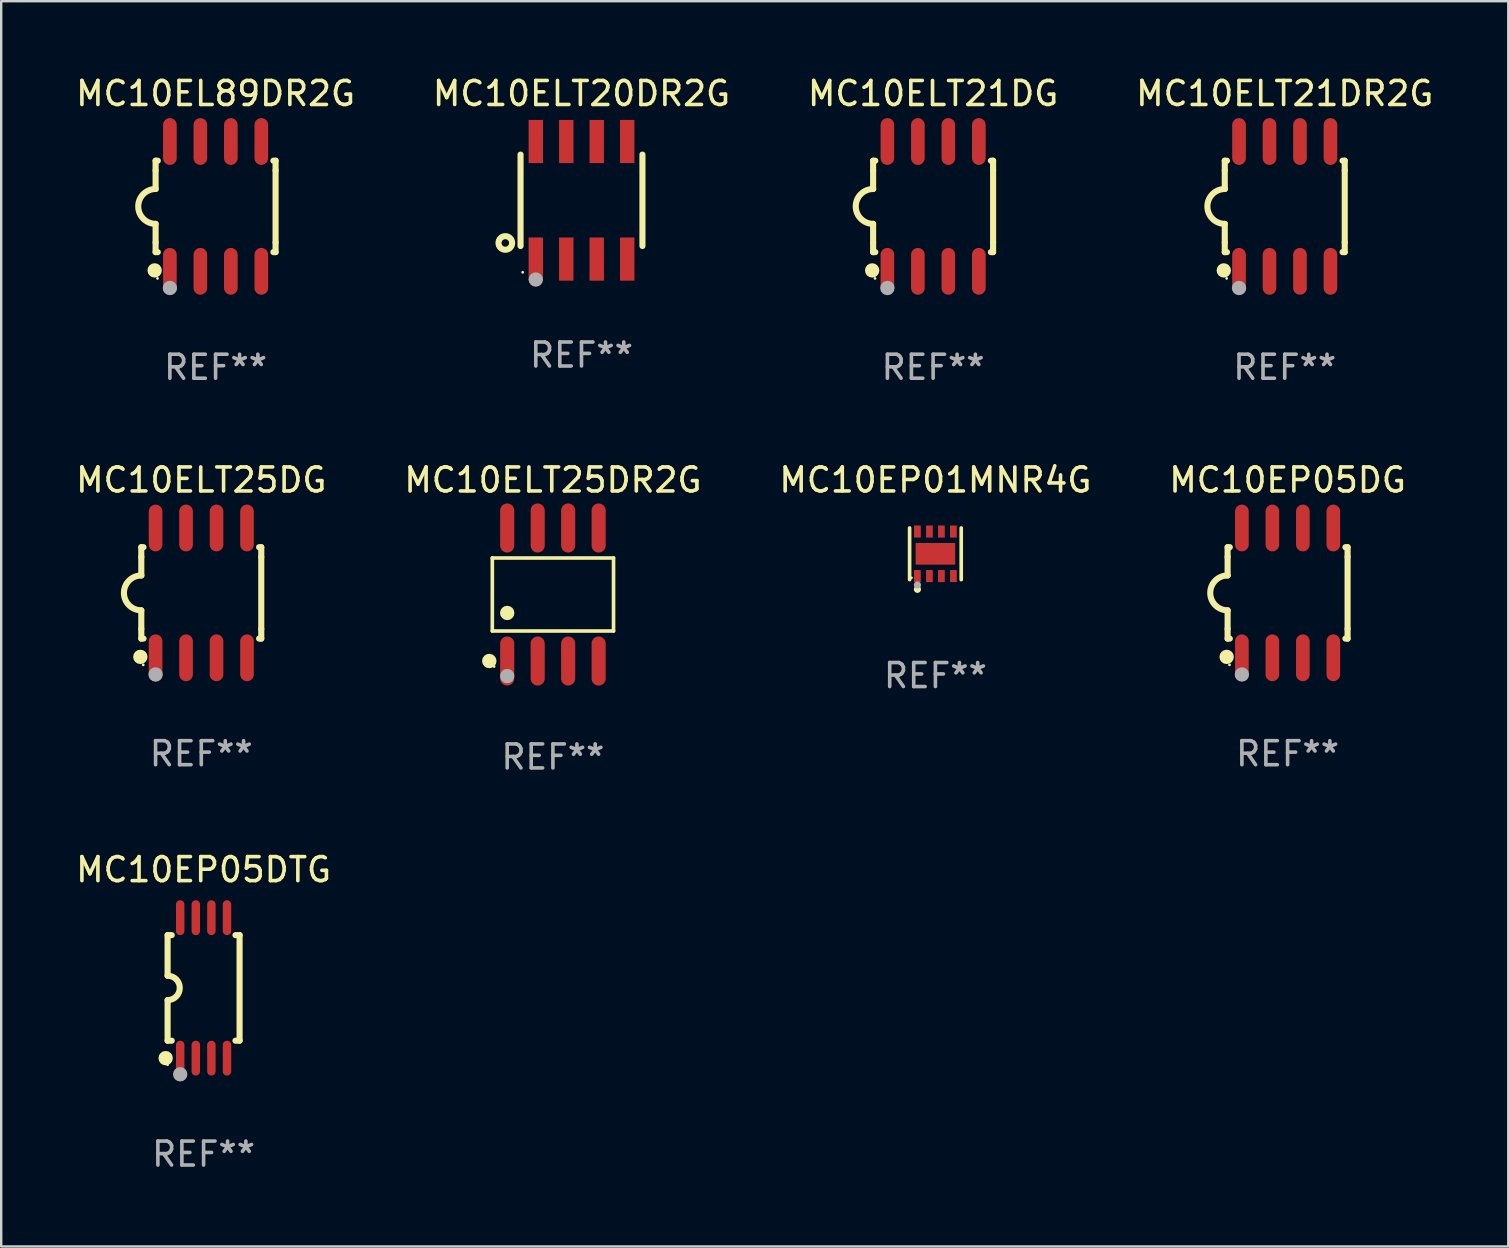
<source format=kicad_pcb>
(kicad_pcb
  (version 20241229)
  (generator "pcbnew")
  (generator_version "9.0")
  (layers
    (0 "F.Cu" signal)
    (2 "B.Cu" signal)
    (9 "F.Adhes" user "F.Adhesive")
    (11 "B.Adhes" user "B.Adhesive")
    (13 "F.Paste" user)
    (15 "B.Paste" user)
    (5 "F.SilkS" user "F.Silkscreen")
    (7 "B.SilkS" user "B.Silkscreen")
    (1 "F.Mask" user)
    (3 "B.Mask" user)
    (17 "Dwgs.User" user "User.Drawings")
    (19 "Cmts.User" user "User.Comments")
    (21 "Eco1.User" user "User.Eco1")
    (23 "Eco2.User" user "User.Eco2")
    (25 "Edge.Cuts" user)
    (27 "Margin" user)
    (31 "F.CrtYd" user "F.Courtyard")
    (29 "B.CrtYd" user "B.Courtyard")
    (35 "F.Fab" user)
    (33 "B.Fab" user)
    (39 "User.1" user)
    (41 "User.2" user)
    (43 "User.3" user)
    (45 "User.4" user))
  (footprint "MC10EP01MNR4G"
    (layer "F.Cu")
    (at 35.935 20.031)
    (property "Reference" "MC10EP01MNR4G" (at 0 -3.076 0) (layer "F.SilkS") (effects (font (size 1 1) (thickness 0.15))))
    (attr through_hole)
    (fp_line (start -1.076 1.076) (end -1.076 -1.076) (stroke (width 0.152) (type solid)) (layer "F.SilkS"))
    (fp_line (start 1.076 1.076) (end 1.076 -1.076) (stroke (width 0.152) (type solid)) (layer "F.SilkS"))
    (fp_circle (center -1 1) (end -0.97 1) (stroke (width 0.06) (type solid)) (fill no) (layer "F.SilkS"))
    (fp_circle (center -0.75 1.48) (end -0.675 1.48) (stroke (width 0.15) (type solid)) (fill no) (layer "F.SilkS"))
    (fp_circle (center -0.75 1.3) (end -0.675 1.3) (stroke (width 0.15) (type solid)) (fill no) (layer "F.Fab"))
    (fp_text user "REF**" (at 0 5.076 0) (layer "F.Fab") (effects (font (size 1 1) (thickness 0.15))))
    (pad "1" smd rect (at -0.75 0.928) (size 0.28 0.505) (layers "F.Cu" "F.Mask" "F.Paste"))
    (pad "2" smd rect (at -0.25 0.928) (size 0.28 0.505) (layers "F.Cu" "F.Mask" "F.Paste"))
    (pad "3" smd rect (at 0.25 0.928) (size 0.28 0.505) (layers "F.Cu" "F.Mask" "F.Paste"))
    (pad "4" smd rect (at 0.75 0.928) (size 0.28 0.505) (layers "F.Cu" "F.Mask" "F.Paste"))
    (pad "5" smd rect (at 0.75 -0.928) (size 0.28 0.505) (layers "F.Cu" "F.Mask" "F.Paste"))
    (pad "6" smd rect (at 0.25 -0.928) (size 0.28 0.505) (layers "F.Cu" "F.Mask" "F.Paste"))
    (pad "7" smd rect (at -0.25 -0.928) (size 0.28 0.505) (layers "F.Cu" "F.Mask" "F.Paste"))
    (pad "8" smd rect (at -0.75 -0.928) (size 0.28 0.505) (layers "F.Cu" "F.Mask" "F.Paste"))
    (pad "9" smd rect (at 0 0) (size 1.65 0.9) (layers "F.Cu" "F.Mask" "F.Paste")))
  (footprint "MC10ELT20DR2G"
    (layer "F.Cu")
    (at 21.185 5.298)
    (property "Reference" "MC10ELT20DR2G" (at 0 -4.45 0) (layer "F.SilkS") (effects (font (size 1 1) (thickness 0.15))))
    (attr through_hole)
    (fp_line (start -2.54 -1.905) (end -2.54 1.905) (stroke (width 0.254) (type solid)) (layer "F.SilkS"))
    (fp_line (start 2.54 -1.905) (end 2.54 1.905) (stroke (width 0.254) (type solid)) (layer "F.SilkS"))
    (fp_circle (center -3.175 1.778) (end -2.891 1.778) (stroke (width 0.254) (type solid)) (fill no) (layer "F.SilkS"))
    (fp_circle (center -2.45 3) (end -2.42 3) (stroke (width 0.06) (type solid)) (fill no) (layer "F.SilkS"))
    (fp_circle (center -1.905 3.302) (end -1.755 3.302) (stroke (width 0.3) (type solid)) (fill no) (layer "F.Fab"))
    (fp_text user "REF**" (at 0 6.45 0) (layer "F.Fab") (effects (font (size 1 1) (thickness 0.15))))
    (pad "1" smd rect (at -1.905 2.45) (size 0.6 1.8) (layers "F.Cu" "F.Mask" "F.Paste"))
    (pad "2" smd rect (at -0.635 2.45) (size 0.6 1.8) (layers "F.Cu" "F.Mask" "F.Paste"))
    (pad "3" smd rect (at 0.635 2.45) (size 0.6 1.8) (layers "F.Cu" "F.Mask" "F.Paste"))
    (pad "4" smd rect (at 1.905 2.45) (size 0.6 1.8) (layers "F.Cu" "F.Mask" "F.Paste"))
    (pad "5" smd rect (at 1.905 -2.45 180) (size 0.6 1.8) (layers "F.Cu" "F.Mask" "F.Paste"))
    (pad "6" smd rect (at 0.635 -2.45 180) (size 0.6 1.8) (layers "F.Cu" "F.Mask" "F.Paste"))
    (pad "7" smd rect (at -0.635 -2.45 180) (size 0.6 1.8) (layers "F.Cu" "F.Mask" "F.Paste"))
    (pad "8" smd rect (at -1.905 -2.45 180) (size 0.6 1.8) (layers "F.Cu" "F.Mask" "F.Paste")))
  (footprint "MC10ELT21DR2G"
    (layer "F.Cu")
    (at 50.494 5.553)
    (property "Reference" "MC10ELT21DR2G" (at 0 -4.705 0) (layer "F.SilkS") (effects (font (size 1 1) (thickness 0.15))))
    (attr through_hole)
    (fp_line (start -2.5 -1.905) (end -2.409 -1.905) (stroke (width 0.254) (type solid)) (layer "F.SilkS"))
    (fp_line (start -2.5 -1.5) (end -2.5 -1.905) (stroke (width 0.254) (type solid)) (layer "F.SilkS"))
    (fp_line (start -2.5 -1.5) (end -2.5 -0.726) (stroke (width 0.254) (type solid)) (layer "F.SilkS"))
    (fp_line (start -2.5 1.5) (end -2.5 0.727) (stroke (width 0.254) (type solid)) (layer "F.SilkS"))
    (fp_line (start -2.5 1.5) (end -2.5 1.905) (stroke (width 0.254) (type solid)) (layer "F.SilkS"))
    (fp_line (start -2.5 1.905) (end -2.409 1.905) (stroke (width 0.254) (type solid)) (layer "F.SilkS"))
    (fp_line (start 2.5 -1.905) (end 2.409 -1.905) (stroke (width 0.254) (type solid)) (layer "F.SilkS"))
    (fp_line (start 2.5 -1.5) (end 2.5 -1.905) (stroke (width 0.254) (type solid)) (layer "F.SilkS"))
    (fp_line (start 2.5 -1.5) (end 2.5 1.5) (stroke (width 0.254) (type solid)) (layer "F.SilkS"))
    (fp_line (start 2.5 1.5) (end 2.5 1.905) (stroke (width 0.254) (type solid)) (layer "F.SilkS"))
    (fp_line (start 2.5 1.905) (end 2.409 1.905) (stroke (width 0.254) (type solid)) (layer "F.SilkS"))
    (fp_arc (start -2.5 0.726568) (mid -3.220316 -0.0023) (end -2.495097 -0.726289) (stroke (width 0.254001) (type solid)) (layer "F.SilkS"))
    (fp_circle (center -2.54 2.667) (end -2.39 2.667) (stroke (width 0.3) (type solid)) (fill no) (layer "F.SilkS"))
    (fp_circle (center -2.42 3) (end -2.39 3) (stroke (width 0.06) (type solid)) (fill no) (layer "F.SilkS"))
    (fp_circle (center -1.905 3.4) (end -1.755 3.4) (stroke (width 0.3) (type solid)) (fill no) (layer "F.Fab"))
    (fp_text user "REF**" (at 0 6.705 0) (layer "F.Fab") (effects (font (size 1 1) (thickness 0.15))))
    (pad "1" smd oval (at -1.905 2.705) (size 0.568 1.95) (layers "F.Cu" "F.Mask" "F.Paste"))
    (pad "2" smd oval (at -0.635 2.705) (size 0.568 1.95) (layers "F.Cu" "F.Mask" "F.Paste"))
    (pad "3" smd oval (at 0.635 2.705) (size 0.568 1.95) (layers "F.Cu" "F.Mask" "F.Paste"))
    (pad "4" smd oval (at 1.905 2.705) (size 0.568 1.95) (layers "F.Cu" "F.Mask" "F.Paste"))
    (pad "5" smd oval (at 1.905 -2.705) (size 0.568 1.95) (layers "F.Cu" "F.Mask" "F.Paste"))
    (pad "6" smd oval (at 0.635 -2.705) (size 0.568 1.95) (layers "F.Cu" "F.Mask" "F.Paste"))
    (pad "7" smd oval (at -0.635 -2.705) (size 0.568 1.95) (layers "F.Cu" "F.Mask" "F.Paste"))
    (pad "8" smd oval (at -1.905 -2.705) (size 0.568 1.95) (layers "F.Cu" "F.Mask" "F.Paste")))
  (footprint "MC10EP05DG"
    (layer "F.Cu")
    (at 50.613 21.66)
    (property "Reference" "MC10EP05DG" (at 0 -4.705 0) (layer "F.SilkS") (effects (font (size 1 1) (thickness 0.15))))
    (attr through_hole)
    (fp_line (start -2.5 -1.905) (end -2.409 -1.905) (stroke (width 0.254) (type solid)) (layer "F.SilkS"))
    (fp_line (start -2.5 -1.5) (end -2.5 -1.905) (stroke (width 0.254) (type solid)) (layer "F.SilkS"))
    (fp_line (start -2.5 -1.5) (end -2.5 -0.726) (stroke (width 0.254) (type solid)) (layer "F.SilkS"))
    (fp_line (start -2.5 1.5) (end -2.5 0.727) (stroke (width 0.254) (type solid)) (layer "F.SilkS"))
    (fp_line (start -2.5 1.5) (end -2.5 1.905) (stroke (width 0.254) (type solid)) (layer "F.SilkS"))
    (fp_line (start -2.5 1.905) (end -2.409 1.905) (stroke (width 0.254) (type solid)) (layer "F.SilkS"))
    (fp_line (start 2.5 -1.905) (end 2.409 -1.905) (stroke (width 0.254) (type solid)) (layer "F.SilkS"))
    (fp_line (start 2.5 -1.5) (end 2.5 -1.905) (stroke (width 0.254) (type solid)) (layer "F.SilkS"))
    (fp_line (start 2.5 -1.5) (end 2.5 1.5) (stroke (width 0.254) (type solid)) (layer "F.SilkS"))
    (fp_line (start 2.5 1.5) (end 2.5 1.905) (stroke (width 0.254) (type solid)) (layer "F.SilkS"))
    (fp_line (start 2.5 1.905) (end 2.409 1.905) (stroke (width 0.254) (type solid)) (layer "F.SilkS"))
    (fp_arc (start -2.5 0.726568) (mid -3.220316 -0.0023) (end -2.495097 -0.726289) (stroke (width 0.254001) (type solid)) (layer "F.SilkS"))
    (fp_circle (center -2.54 2.667) (end -2.39 2.667) (stroke (width 0.3) (type solid)) (fill no) (layer "F.SilkS"))
    (fp_circle (center -2.42 3) (end -2.39 3) (stroke (width 0.06) (type solid)) (fill no) (layer "F.SilkS"))
    (fp_circle (center -1.905 3.4) (end -1.755 3.4) (stroke (width 0.3) (type solid)) (fill no) (layer "F.Fab"))
    (fp_text user "REF**" (at 0 6.705 0) (layer "F.Fab") (effects (font (size 1 1) (thickness 0.15))))
    (pad "1" smd oval (at -1.905 2.705) (size 0.568 1.95) (layers "F.Cu" "F.Mask" "F.Paste"))
    (pad "2" smd oval (at -0.635 2.705) (size 0.568 1.95) (layers "F.Cu" "F.Mask" "F.Paste"))
    (pad "3" smd oval (at 0.635 2.705) (size 0.568 1.95) (layers "F.Cu" "F.Mask" "F.Paste"))
    (pad "4" smd oval (at 1.905 2.705) (size 0.568 1.95) (layers "F.Cu" "F.Mask" "F.Paste"))
    (pad "5" smd oval (at 1.905 -2.705) (size 0.568 1.95) (layers "F.Cu" "F.Mask" "F.Paste"))
    (pad "6" smd oval (at 0.635 -2.705) (size 0.568 1.95) (layers "F.Cu" "F.Mask" "F.Paste"))
    (pad "7" smd oval (at -0.635 -2.705) (size 0.568 1.95) (layers "F.Cu" "F.Mask" "F.Paste"))
    (pad "8" smd oval (at -1.905 -2.705) (size 0.568 1.95) (layers "F.Cu" "F.Mask" "F.Paste")))
  (footprint "MC10EP05DTG"
    (layer "F.Cu")
    (at 5.435 38.123)
    (property "Reference" "MC10EP05DTG" (at 0 -4.927 0) (layer "F.SilkS") (effects (font (size 1 1) (thickness 0.15))))
    (attr through_hole)
    (fp_line (start -1.5 -2.2) (end -1.5 -0.508) (stroke (width 0.254) (type solid)) (layer "F.SilkS"))
    (fp_line (start -1.5 -2.2) (end -1.328 -2.2) (stroke (width 0.254) (type solid)) (layer "F.SilkS"))
    (fp_line (start -1.5 2.2) (end -1.5 0.508) (stroke (width 0.254) (type solid)) (layer "F.SilkS"))
    (fp_line (start -1.5 2.2) (end -1.328 2.2) (stroke (width 0.254) (type solid)) (layer "F.SilkS"))
    (fp_line (start 1.328 -2.2) (end 1.5 -2.2) (stroke (width 0.254) (type solid)) (layer "F.SilkS"))
    (fp_line (start 1.328 2.2) (end 1.5 2.2) (stroke (width 0.254) (type solid)) (layer "F.SilkS"))
    (fp_line (start 1.5 -2.2) (end 1.5 2.2) (stroke (width 0.254) (type solid)) (layer "F.SilkS"))
    (fp_arc (start -1.501144 -0.508) (mid -0.993143 -0.000571) (end -1.5 0.508001) (stroke (width 0.254001) (type solid)) (layer "F.SilkS"))
    (fp_circle (center -1.581 2.927) (end -1.431 2.927) (stroke (width 0.3) (type solid)) (fill no) (layer "F.SilkS"))
    (fp_circle (center -1.5 3.2) (end -1.47 3.2) (stroke (width 0.06) (type solid)) (fill no) (layer "F.SilkS"))
    (fp_circle (center -0.975 3.6) (end -0.825 3.6) (stroke (width 0.3) (type solid)) (fill no) (layer "F.Fab"))
    (fp_text user "REF**" (at 0 6.927 0) (layer "F.Fab") (effects (font (size 1 1) (thickness 0.15))))
    (pad "1" smd oval (at -0.975 2.927) (size 0.353 1.454) (layers "F.Cu" "F.Mask" "F.Paste"))
    (pad "2" smd oval (at -0.325 2.927) (size 0.353 1.454) (layers "F.Cu" "F.Mask" "F.Paste"))
    (pad "3" smd oval (at 0.325 2.927) (size 0.353 1.454) (layers "F.Cu" "F.Mask" "F.Paste"))
    (pad "4" smd oval (at 0.975 2.927) (size 0.353 1.454) (layers "F.Cu" "F.Mask" "F.Paste"))
    (pad "5" smd oval (at 0.975 -2.927) (size 0.353 1.454) (layers "F.Cu" "F.Mask" "F.Paste"))
    (pad "6" smd oval (at 0.325 -2.927) (size 0.353 1.454) (layers "F.Cu" "F.Mask" "F.Paste"))
    (pad "7" smd oval (at -0.325 -2.927) (size 0.353 1.454) (layers "F.Cu" "F.Mask" "F.Paste"))
    (pad "8" smd oval (at -0.975 -2.927) (size 0.353 1.454) (layers "F.Cu" "F.Mask" "F.Paste")))
  (footprint "MC10ELT21DG"
    (layer "F.Cu")
    (at 35.839 5.553)
    (property "Reference" "MC10ELT21DG" (at 0 -4.705 0) (layer "F.SilkS") (effects (font (size 1 1) (thickness 0.15))))
    (attr through_hole)
    (fp_line (start -2.5 -1.905) (end -2.409 -1.905) (stroke (width 0.254) (type solid)) (layer "F.SilkS"))
    (fp_line (start -2.5 -1.5) (end -2.5 -1.905) (stroke (width 0.254) (type solid)) (layer "F.SilkS"))
    (fp_line (start -2.5 -1.5) (end -2.5 -0.726) (stroke (width 0.254) (type solid)) (layer "F.SilkS"))
    (fp_line (start -2.5 1.5) (end -2.5 0.727) (stroke (width 0.254) (type solid)) (layer "F.SilkS"))
    (fp_line (start -2.5 1.5) (end -2.5 1.905) (stroke (width 0.254) (type solid)) (layer "F.SilkS"))
    (fp_line (start -2.5 1.905) (end -2.409 1.905) (stroke (width 0.254) (type solid)) (layer "F.SilkS"))
    (fp_line (start 2.5 -1.905) (end 2.409 -1.905) (stroke (width 0.254) (type solid)) (layer "F.SilkS"))
    (fp_line (start 2.5 -1.5) (end 2.5 -1.905) (stroke (width 0.254) (type solid)) (layer "F.SilkS"))
    (fp_line (start 2.5 -1.5) (end 2.5 1.5) (stroke (width 0.254) (type solid)) (layer "F.SilkS"))
    (fp_line (start 2.5 1.5) (end 2.5 1.905) (stroke (width 0.254) (type solid)) (layer "F.SilkS"))
    (fp_line (start 2.5 1.905) (end 2.409 1.905) (stroke (width 0.254) (type solid)) (layer "F.SilkS"))
    (fp_arc (start -2.5 0.726568) (mid -3.220316 -0.0023) (end -2.495097 -0.726289) (stroke (width 0.254001) (type solid)) (layer "F.SilkS"))
    (fp_circle (center -2.54 2.667) (end -2.39 2.667) (stroke (width 0.3) (type solid)) (fill no) (layer "F.SilkS"))
    (fp_circle (center -2.42 3) (end -2.39 3) (stroke (width 0.06) (type solid)) (fill no) (layer "F.SilkS"))
    (fp_circle (center -1.905 3.4) (end -1.755 3.4) (stroke (width 0.3) (type solid)) (fill no) (layer "F.Fab"))
    (fp_text user "REF**" (at 0 6.705 0) (layer "F.Fab") (effects (font (size 1 1) (thickness 0.15))))
    (pad "1" smd oval (at -1.905 2.705) (size 0.568 1.95) (layers "F.Cu" "F.Mask" "F.Paste"))
    (pad "2" smd oval (at -0.635 2.705) (size 0.568 1.95) (layers "F.Cu" "F.Mask" "F.Paste"))
    (pad "3" smd oval (at 0.635 2.705) (size 0.568 1.95) (layers "F.Cu" "F.Mask" "F.Paste"))
    (pad "4" smd oval (at 1.905 2.705) (size 0.568 1.95) (layers "F.Cu" "F.Mask" "F.Paste"))
    (pad "5" smd oval (at 1.905 -2.705) (size 0.568 1.95) (layers "F.Cu" "F.Mask" "F.Paste"))
    (pad "6" smd oval (at 0.635 -2.705) (size 0.568 1.95) (layers "F.Cu" "F.Mask" "F.Paste"))
    (pad "7" smd oval (at -0.635 -2.705) (size 0.568 1.95) (layers "F.Cu" "F.Mask" "F.Paste"))
    (pad "8" smd oval (at -1.905 -2.705) (size 0.568 1.95) (layers "F.Cu" "F.Mask" "F.Paste")))
  (footprint "MC10ELT25DR2G"
    (layer "F.Cu")
    (at 19.994 21.727)
    (property "Reference" "MC10ELT25DR2G" (at 0 -4.772 0) (layer "F.SilkS") (effects (font (size 1 1) (thickness 0.15))))
    (attr through_hole)
    (fp_line (start -2.526 -1.521) (end 2.526 -1.521) (stroke (width 0.152) (type solid)) (layer "F.SilkS"))
    (fp_line (start -2.526 1.521) (end -2.526 -1.521) (stroke (width 0.152) (type solid)) (layer "F.SilkS"))
    (fp_line (start 2.526 -1.521) (end 2.526 1.521) (stroke (width 0.152) (type solid)) (layer "F.SilkS"))
    (fp_line (start 2.526 1.521) (end -2.526 1.521) (stroke (width 0.152) (type solid)) (layer "F.SilkS"))
    (fp_circle (center -2.652 2.772) (end -2.501 2.772) (stroke (width 0.3) (type solid)) (fill no) (layer "F.SilkS"))
    (fp_circle (center -2.45 3) (end -2.42 3) (stroke (width 0.06) (type solid)) (fill no) (layer "F.SilkS"))
    (fp_circle (center -1.905 0.769) (end -1.755 0.769) (stroke (width 0.3) (type solid)) (fill no) (layer "F.SilkS"))
    (fp_circle (center -1.905 3.4) (end -1.755 3.4) (stroke (width 0.3) (type solid)) (fill no) (layer "F.Fab"))
    (fp_text user "REF**" (at 0 6.772 0) (layer "F.Fab") (effects (font (size 1 1) (thickness 0.15))))
    (pad "1" smd oval (at -1.905 2.772) (size 0.588 2.045) (layers "F.Cu" "F.Mask" "F.Paste"))
    (pad "2" smd oval (at -0.635 2.772) (size 0.588 2.045) (layers "F.Cu" "F.Mask" "F.Paste"))
    (pad "3" smd oval (at 0.635 2.772) (size 0.588 2.045) (layers "F.Cu" "F.Mask" "F.Paste"))
    (pad "4" smd oval (at 1.905 2.772) (size 0.588 2.045) (layers "F.Cu" "F.Mask" "F.Paste"))
    (pad "5" smd oval (at 1.905 -2.772) (size 0.588 2.045) (layers "F.Cu" "F.Mask" "F.Paste"))
    (pad "6" smd oval (at 0.635 -2.772) (size 0.588 2.045) (layers "F.Cu" "F.Mask" "F.Paste"))
    (pad "7" smd oval (at -0.635 -2.772) (size 0.588 2.045) (layers "F.Cu" "F.Mask" "F.Paste"))
    (pad "8" smd oval (at -1.905 -2.772) (size 0.588 2.045) (layers "F.Cu" "F.Mask" "F.Paste")))
  (footprint "MC10ELT25DG"
    (layer "F.Cu")
    (at 5.339 21.66)
    (property "Reference" "MC10ELT25DG" (at 0 -4.705 0) (layer "F.SilkS") (effects (font (size 1 1) (thickness 0.15))))
    (attr through_hole)
    (fp_line (start -2.5 -1.905) (end -2.409 -1.905) (stroke (width 0.254) (type solid)) (layer "F.SilkS"))
    (fp_line (start -2.5 -1.5) (end -2.5 -1.905) (stroke (width 0.254) (type solid)) (layer "F.SilkS"))
    (fp_line (start -2.5 -1.5) (end -2.5 -0.726) (stroke (width 0.254) (type solid)) (layer "F.SilkS"))
    (fp_line (start -2.5 1.5) (end -2.5 0.727) (stroke (width 0.254) (type solid)) (layer "F.SilkS"))
    (fp_line (start -2.5 1.5) (end -2.5 1.905) (stroke (width 0.254) (type solid)) (layer "F.SilkS"))
    (fp_line (start -2.5 1.905) (end -2.409 1.905) (stroke (width 0.254) (type solid)) (layer "F.SilkS"))
    (fp_line (start 2.5 -1.905) (end 2.409 -1.905) (stroke (width 0.254) (type solid)) (layer "F.SilkS"))
    (fp_line (start 2.5 -1.5) (end 2.5 -1.905) (stroke (width 0.254) (type solid)) (layer "F.SilkS"))
    (fp_line (start 2.5 -1.5) (end 2.5 1.5) (stroke (width 0.254) (type solid)) (layer "F.SilkS"))
    (fp_line (start 2.5 1.5) (end 2.5 1.905) (stroke (width 0.254) (type solid)) (layer "F.SilkS"))
    (fp_line (start 2.5 1.905) (end 2.409 1.905) (stroke (width 0.254) (type solid)) (layer "F.SilkS"))
    (fp_arc (start -2.5 0.726568) (mid -3.220316 -0.0023) (end -2.495097 -0.726289) (stroke (width 0.254001) (type solid)) (layer "F.SilkS"))
    (fp_circle (center -2.54 2.667) (end -2.39 2.667) (stroke (width 0.3) (type solid)) (fill no) (layer "F.SilkS"))
    (fp_circle (center -2.42 3) (end -2.39 3) (stroke (width 0.06) (type solid)) (fill no) (layer "F.SilkS"))
    (fp_circle (center -1.905 3.4) (end -1.755 3.4) (stroke (width 0.3) (type solid)) (fill no) (layer "F.Fab"))
    (fp_text user "REF**" (at 0 6.705 0) (layer "F.Fab") (effects (font (size 1 1) (thickness 0.15))))
    (pad "1" smd oval (at -1.905 2.705) (size 0.568 1.95) (layers "F.Cu" "F.Mask" "F.Paste"))
    (pad "2" smd oval (at -0.635 2.705) (size 0.568 1.95) (layers "F.Cu" "F.Mask" "F.Paste"))
    (pad "3" smd oval (at 0.635 2.705) (size 0.568 1.95) (layers "F.Cu" "F.Mask" "F.Paste"))
    (pad "4" smd oval (at 1.905 2.705) (size 0.568 1.95) (layers "F.Cu" "F.Mask" "F.Paste"))
    (pad "5" smd oval (at 1.905 -2.705) (size 0.568 1.95) (layers "F.Cu" "F.Mask" "F.Paste"))
    (pad "6" smd oval (at 0.635 -2.705) (size 0.568 1.95) (layers "F.Cu" "F.Mask" "F.Paste"))
    (pad "7" smd oval (at -0.635 -2.705) (size 0.568 1.95) (layers "F.Cu" "F.Mask" "F.Paste"))
    (pad "8" smd oval (at -1.905 -2.705) (size 0.568 1.95) (layers "F.Cu" "F.Mask" "F.Paste")))
  (footprint "MC10EL89DR2G"
    (layer "F.Cu")
    (at 5.935 5.553)
    (property "Reference" "MC10EL89DR2G" (at 0 -4.705 0) (layer "F.SilkS") (effects (font (size 1 1) (thickness 0.15))))
    (attr through_hole)
    (fp_line (start -2.5 -1.905) (end -2.409 -1.905) (stroke (width 0.254) (type solid)) (layer "F.SilkS"))
    (fp_line (start -2.5 -1.5) (end -2.5 -1.905) (stroke (width 0.254) (type solid)) (layer "F.SilkS"))
    (fp_line (start -2.5 -1.5) (end -2.5 -0.726) (stroke (width 0.254) (type solid)) (layer "F.SilkS"))
    (fp_line (start -2.5 1.5) (end -2.5 0.727) (stroke (width 0.254) (type solid)) (layer "F.SilkS"))
    (fp_line (start -2.5 1.5) (end -2.5 1.905) (stroke (width 0.254) (type solid)) (layer "F.SilkS"))
    (fp_line (start -2.5 1.905) (end -2.409 1.905) (stroke (width 0.254) (type solid)) (layer "F.SilkS"))
    (fp_line (start 2.5 -1.905) (end 2.409 -1.905) (stroke (width 0.254) (type solid)) (layer "F.SilkS"))
    (fp_line (start 2.5 -1.5) (end 2.5 -1.905) (stroke (width 0.254) (type solid)) (layer "F.SilkS"))
    (fp_line (start 2.5 -1.5) (end 2.5 1.5) (stroke (width 0.254) (type solid)) (layer "F.SilkS"))
    (fp_line (start 2.5 1.5) (end 2.5 1.905) (stroke (width 0.254) (type solid)) (layer "F.SilkS"))
    (fp_line (start 2.5 1.905) (end 2.409 1.905) (stroke (width 0.254) (type solid)) (layer "F.SilkS"))
    (fp_arc (start -2.5 0.726568) (mid -3.220316 -0.0023) (end -2.495097 -0.726289) (stroke (width 0.254001) (type solid)) (layer "F.SilkS"))
    (fp_circle (center -2.54 2.667) (end -2.39 2.667) (stroke (width 0.3) (type solid)) (fill no) (layer "F.SilkS"))
    (fp_circle (center -2.42 3) (end -2.39 3) (stroke (width 0.06) (type solid)) (fill no) (layer "F.SilkS"))
    (fp_circle (center -1.905 3.4) (end -1.755 3.4) (stroke (width 0.3) (type solid)) (fill no) (layer "F.Fab"))
    (fp_text user "REF**" (at 0 6.705 0) (layer "F.Fab") (effects (font (size 1 1) (thickness 0.15))))
    (pad "1" smd oval (at -1.905 2.705) (size 0.568 1.95) (layers "F.Cu" "F.Mask" "F.Paste"))
    (pad "2" smd oval (at -0.635 2.705) (size 0.568 1.95) (layers "F.Cu" "F.Mask" "F.Paste"))
    (pad "3" smd oval (at 0.635 2.705) (size 0.568 1.95) (layers "F.Cu" "F.Mask" "F.Paste"))
    (pad "4" smd oval (at 1.905 2.705) (size 0.568 1.95) (layers "F.Cu" "F.Mask" "F.Paste"))
    (pad "5" smd oval (at 1.905 -2.705) (size 0.568 1.95) (layers "F.Cu" "F.Mask" "F.Paste"))
    (pad "6" smd oval (at 0.635 -2.705) (size 0.568 1.95) (layers "F.Cu" "F.Mask" "F.Paste"))
    (pad "7" smd oval (at -0.635 -2.705) (size 0.568 1.95) (layers "F.Cu" "F.Mask" "F.Paste"))
    (pad "8" smd oval (at -1.905 -2.705) (size 0.568 1.95) (layers "F.Cu" "F.Mask" "F.Paste")))
  (gr_rect
    (start -3 -3)
    (end 59.81 48.899)
    (stroke (width 0.1) (type default))
    (fill no)
    (layer "Edge.Cuts")))
</source>
